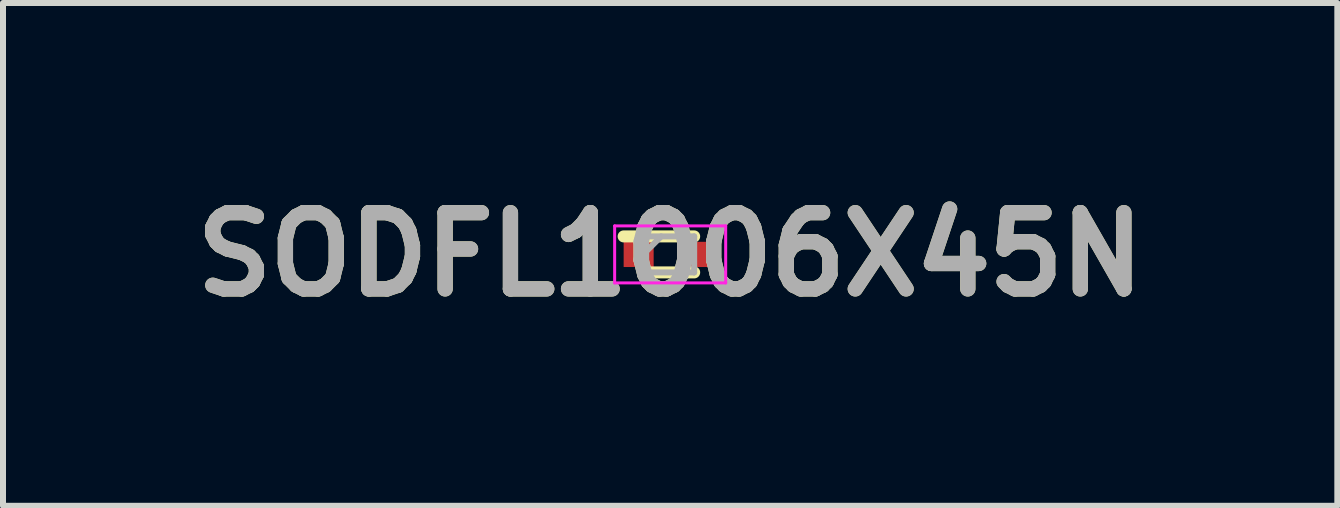
<source format=kicad_pcb>
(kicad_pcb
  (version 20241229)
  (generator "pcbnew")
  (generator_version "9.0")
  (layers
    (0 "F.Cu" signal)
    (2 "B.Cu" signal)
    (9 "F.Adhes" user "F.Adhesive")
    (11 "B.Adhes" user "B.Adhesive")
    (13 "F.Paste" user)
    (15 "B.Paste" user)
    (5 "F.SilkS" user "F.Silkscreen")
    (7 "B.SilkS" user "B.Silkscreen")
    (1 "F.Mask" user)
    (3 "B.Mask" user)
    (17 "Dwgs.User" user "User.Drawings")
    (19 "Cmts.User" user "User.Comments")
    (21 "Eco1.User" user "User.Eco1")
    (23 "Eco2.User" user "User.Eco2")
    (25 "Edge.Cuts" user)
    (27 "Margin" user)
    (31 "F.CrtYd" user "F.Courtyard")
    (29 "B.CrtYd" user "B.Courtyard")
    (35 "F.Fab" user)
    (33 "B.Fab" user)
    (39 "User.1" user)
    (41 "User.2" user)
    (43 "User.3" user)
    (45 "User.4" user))
  (footprint "SODFL1006X45N"
    (layer "F.Cu")
    (at 8.116 1.189)
    (property "Reference" "SODFL1006X45N" (at 0 0 0) (layer "F.SilkS") (effects (font (size 1.27 1.27) (thickness 0.254))))
    (attr smd)
    (fp_line (start -0.775 -0.3) (end 0.4 -0.3) (stroke (width 0.2) (type solid)) (layer "F.SilkS"))
    (fp_line (start -0.4 0.3) (end 0.4 0.3) (stroke (width 0.2) (type solid)) (layer "F.SilkS"))
    (fp_line (start -0.925 -0.475) (end 0.925 -0.475) (stroke (width 0.05) (type solid)) (layer "F.CrtYd"))
    (fp_line (start -0.925 0.475) (end -0.925 -0.475) (stroke (width 0.05) (type solid)) (layer "F.CrtYd"))
    (fp_line (start 0.925 -0.475) (end 0.925 0.475) (stroke (width 0.05) (type solid)) (layer "F.CrtYd"))
    (fp_line (start 0.925 0.475) (end -0.925 0.475) (stroke (width 0.05) (type solid)) (layer "F.CrtYd"))
    (fp_line (start -0.4 -0.3) (end 0.4 -0.3) (stroke (width 0.1) (type solid)) (layer "F.Fab"))
    (fp_line (start -0.4 -0.05) (end -0.15 -0.3) (stroke (width 0.1) (type solid)) (layer "F.Fab"))
    (fp_line (start -0.4 0.3) (end -0.4 -0.3) (stroke (width 0.1) (type solid)) (layer "F.Fab"))
    (fp_line (start 0.4 -0.3) (end 0.4 0.3) (stroke (width 0.1) (type solid)) (layer "F.Fab"))
    (fp_line (start 0.4 0.3) (end -0.4 0.3) (stroke (width 0.1) (type solid)) (layer "F.Fab"))
    (fp_text user "${REFERENCE}" (at 0 0 0) (layer "F.Fab") (effects (font (size 1.27 1.27) (thickness 0.254))))
    (pad "1" smd rect (at -0.525 0 90) (size 0.42 0.5) (layers "F.Cu" "F.Mask" "F.Paste"))
    (pad "2" smd rect (at 0.525 0 90) (size 0.42 0.5) (layers "F.Cu" "F.Mask" "F.Paste")))
  (gr_rect
    (start -3 -3)
    (end 19.232 5.377)
    (stroke (width 0.1) (type default))
    (fill no)
    (layer "Edge.Cuts")))
</source>
